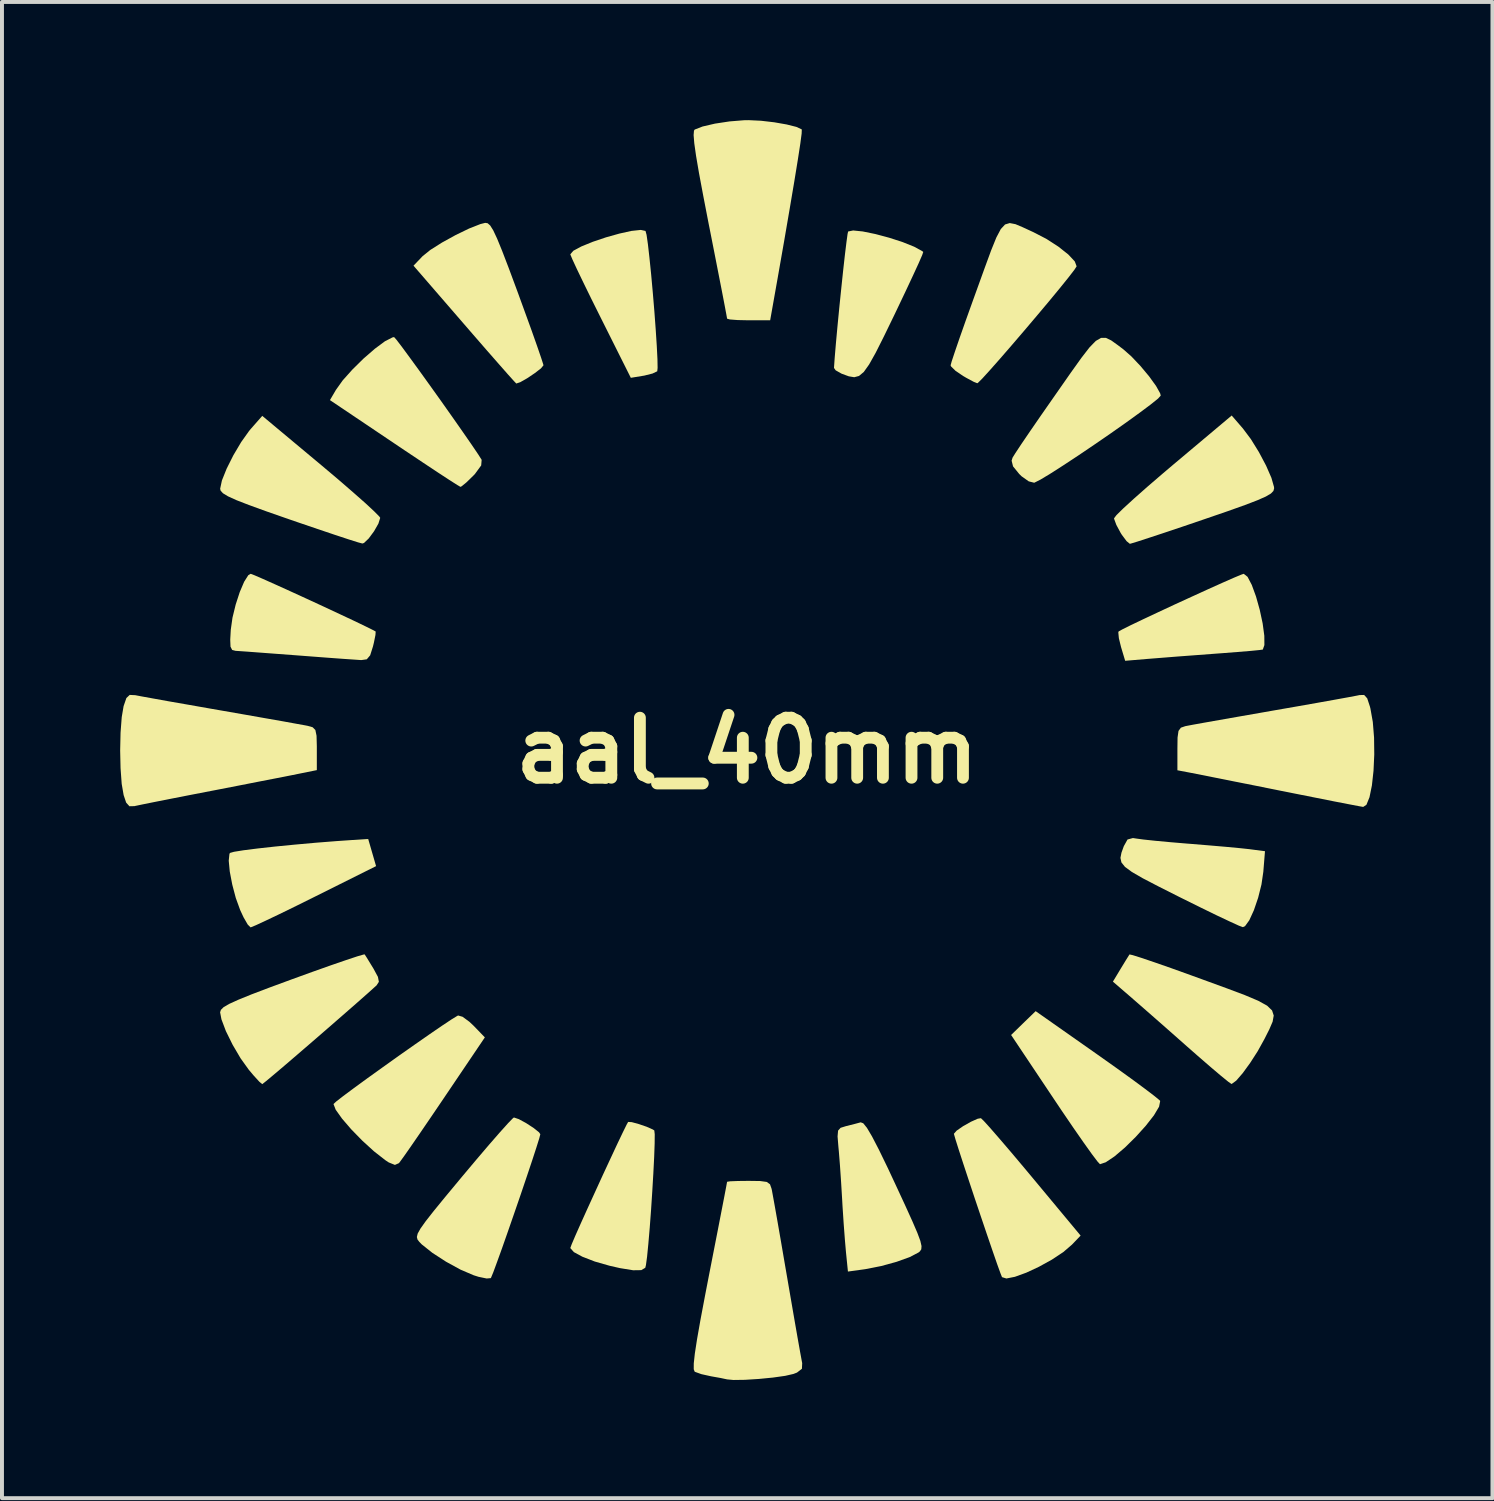
<source format=kicad_pcb>
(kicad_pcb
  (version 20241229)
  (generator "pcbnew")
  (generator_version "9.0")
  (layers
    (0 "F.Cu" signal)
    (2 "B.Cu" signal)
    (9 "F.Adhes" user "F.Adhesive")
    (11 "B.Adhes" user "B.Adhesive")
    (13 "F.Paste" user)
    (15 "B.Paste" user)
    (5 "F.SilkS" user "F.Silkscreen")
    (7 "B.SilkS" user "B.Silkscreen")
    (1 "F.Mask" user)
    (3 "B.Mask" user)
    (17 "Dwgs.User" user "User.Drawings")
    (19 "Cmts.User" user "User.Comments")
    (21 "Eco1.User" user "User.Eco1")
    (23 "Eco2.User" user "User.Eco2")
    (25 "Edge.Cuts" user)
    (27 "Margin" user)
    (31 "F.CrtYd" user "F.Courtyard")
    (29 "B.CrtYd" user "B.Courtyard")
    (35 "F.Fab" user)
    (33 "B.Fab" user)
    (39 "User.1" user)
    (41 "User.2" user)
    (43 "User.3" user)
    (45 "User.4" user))
  (footprint "aal_40mm"
    (layer "F.Cu")
    (at 15.914 16.002)
    (property "Reference" "aal_40mm" (at 0 0 0) (layer "F.SilkS") (effects (font (size 1.524 1.524) (thickness 0.3))))
    (attr board_only exclude_from_pos_files exclude_from_bom)
    (fp_poly (pts (xy 8.89 7.714) (xy 9.342 8.034) (xy 9.746 8.325) (xy 10.08 8.571) (xy 10.326 8.758) (xy 10.463 8.87) (xy 10.485 8.894) (xy 10.457 9.039) (xy 10.326 9.259) (xy 10.118 9.525) (xy 9.864 9.806) (xy 9.591 10.075) (xy 9.328 10.299) (xy 9.103 10.45) (xy 8.957 10.499) (xy 8.894 10.431) (xy 8.751 10.242) (xy 8.543 9.951) (xy 8.283 9.577) (xy 7.986 9.141) (xy 7.797 8.859) (xy 6.701 7.219) (xy 7.012 6.916) (xy 7.324 6.614)) (stroke (width 0) (type solid)) (fill yes) (layer "F.SilkS"))
    (fp_poly (pts (xy -9.418 2.933) (xy -10.975 3.71) (xy -11.447 3.944) (xy -11.869 4.15) (xy -12.217 4.316) (xy -12.467 4.432) (xy -12.595 4.485) (xy -12.605 4.487) (xy -12.676 4.416) (xy -12.782 4.232) (xy -12.868 4.047) (xy -12.979 3.741) (xy -13.069 3.4) (xy -13.132 3.07) (xy -13.158 2.795) (xy -13.14 2.622) (xy -13.126 2.598) (xy -13.024 2.569) (xy -12.781 2.53) (xy -12.425 2.485) (xy -11.982 2.436) (xy -11.481 2.387) (xy -10.948 2.339) (xy -10.413 2.297) (xy -10.037 2.271) (xy -9.618 2.244)) (stroke (width 0) (type solid)) (fill yes) (layer "F.SilkS"))
    (fp_poly (pts (xy -2.579 -13.19) (xy -2.552 -13.09) (xy -2.518 -12.852) (xy -2.479 -12.508) (xy -2.436 -12.088) (xy -2.394 -11.624) (xy -2.354 -11.146) (xy -2.32 -10.685) (xy -2.293 -10.271) (xy -2.276 -9.937) (xy -2.272 -9.712) (xy -2.281 -9.628) (xy -2.4 -9.571) (xy -2.61 -9.518) (xy -2.648 -9.512) (xy -2.952 -9.462) (xy -3.72 -10.996) (xy -3.953 -11.464) (xy -4.157 -11.881) (xy -4.322 -12.224) (xy -4.435 -12.468) (xy -4.486 -12.59) (xy -4.487 -12.598) (xy -4.411 -12.687) (xy -4.208 -12.796) (xy -3.919 -12.914) (xy -3.584 -13.027) (xy -3.242 -13.123) (xy -2.934 -13.191) (xy -2.699 -13.216)) (stroke (width 0) (type solid)) (fill yes) (layer "F.SilkS"))
    (fp_poly (pts (xy -10.81 -7.246) (xy -10.383 -6.886) (xy -10.004 -6.558) (xy -9.69 -6.281) (xy -9.461 -6.068) (xy -9.333 -5.938) (xy -9.313 -5.907) (xy -9.359 -5.761) (xy -9.469 -5.568) (xy -9.604 -5.385) (xy -9.724 -5.27) (xy -9.765 -5.256) (xy -9.871 -5.284) (xy -10.112 -5.36) (xy -10.464 -5.476) (xy -10.902 -5.624) (xy -11.402 -5.794) (xy -11.62 -5.869) (xy -12.204 -6.073) (xy -12.645 -6.233) (xy -12.964 -6.357) (xy -13.177 -6.454) (xy -13.304 -6.531) (xy -13.364 -6.597) (xy -13.376 -6.646) (xy -13.331 -6.857) (xy -13.211 -7.156) (xy -13.04 -7.497) (xy -12.842 -7.831) (xy -12.643 -8.111) (xy -12.599 -8.164) (xy -12.307 -8.496)) (stroke (width 0) (type solid)) (fill yes) (layer "F.SilkS"))
    (fp_poly (pts (xy -8.903 -10.431) (xy -8.765 -10.251) (xy -8.565 -9.979) (xy -8.318 -9.64) (xy -8.042 -9.256) (xy -7.754 -8.853) (xy -7.471 -8.452) (xy -7.21 -8.079) (xy -6.987 -7.757) (xy -6.82 -7.51) (xy -6.738 -7.38) (xy -6.75 -7.238) (xy -6.908 -7.022) (xy -6.95 -6.978) (xy -7.123 -6.809) (xy -7.247 -6.708) (xy -7.277 -6.694) (xy -7.357 -6.741) (xy -7.558 -6.869) (xy -7.859 -7.066) (xy -8.239 -7.318) (xy -8.678 -7.611) (xy -8.956 -7.798) (xy -10.589 -8.896) (xy -10.438 -9.154) (xy -10.265 -9.397) (xy -10.019 -9.672) (xy -9.737 -9.95) (xy -9.45 -10.199) (xy -9.194 -10.389) (xy -9.001 -10.488) (xy -8.961 -10.496)) (stroke (width 0) (type solid)) (fill yes) (layer "F.SilkS"))
    (fp_poly (pts (xy -7.222 6.757) (xy -7.048 6.885) (xy -6.945 6.982) (xy -6.657 7.28) (xy -7.701 8.826) (xy -8.01 9.282) (xy -8.292 9.695) (xy -8.53 10.041) (xy -8.711 10.3) (xy -8.819 10.448) (xy -8.838 10.472) (xy -8.94 10.517) (xy -9.097 10.454) (xy -9.186 10.395) (xy -9.472 10.171) (xy -9.769 9.9) (xy -10.049 9.613) (xy -10.283 9.341) (xy -10.443 9.116) (xy -10.499 8.972) (xy -10.433 8.91) (xy -10.252 8.769) (xy -9.979 8.566) (xy -9.638 8.317) (xy -9.253 8.041) (xy -8.849 7.752) (xy -8.447 7.47) (xy -8.074 7.21) (xy -7.752 6.989) (xy -7.505 6.825) (xy -7.358 6.735) (xy -7.336 6.724)) (stroke (width 0) (type solid)) (fill yes) (layer "F.SilkS"))
    (fp_poly (pts (xy 6.008 9.401) (xy 6.172 9.582) (xy 6.411 9.857) (xy 6.709 10.205) (xy 7.049 10.609) (xy 7.236 10.833) (xy 8.465 12.311) (xy 8.245 12.541) (xy 8.025 12.73) (xy 7.735 12.922) (xy 7.41 13.101) (xy 7.087 13.252) (xy 6.798 13.357) (xy 6.581 13.4) (xy 6.47 13.366) (xy 6.43 13.265) (xy 6.346 13.033) (xy 6.23 12.698) (xy 6.09 12.289) (xy 5.936 11.834) (xy 5.777 11.362) (xy 5.624 10.901) (xy 5.485 10.48) (xy 5.37 10.126) (xy 5.289 9.869) (xy 5.251 9.736) (xy 5.249 9.726) (xy 5.317 9.648) (xy 5.48 9.535) (xy 5.678 9.423) (xy 5.852 9.345) (xy 5.935 9.331)) (stroke (width 0) (type solid)) (fill yes) (layer "F.SilkS"))
    (fp_poly (pts (xy -6.587 -13.386) (xy -6.522 -13.329) (xy -6.444 -13.205) (xy -6.346 -12.996) (xy -6.218 -12.683) (xy -6.051 -12.248) (xy -5.837 -11.672) (xy -5.826 -11.642) (xy -5.637 -11.123) (xy -5.468 -10.657) (xy -5.33 -10.266) (xy -5.23 -9.975) (xy -5.176 -9.808) (xy -5.169 -9.779) (xy -5.232 -9.702) (xy -5.389 -9.581) (xy -5.582 -9.451) (xy -5.758 -9.351) (xy -5.859 -9.317) (xy -5.919 -9.38) (xy -6.074 -9.552) (xy -6.308 -9.818) (xy -6.606 -10.158) (xy -6.951 -10.555) (xy -7.176 -10.815) (xy -8.468 -12.308) (xy -8.235 -12.552) (xy -8.041 -12.708) (xy -7.745 -12.895) (xy -7.4 -13.085) (xy -7.058 -13.251) (xy -6.771 -13.364) (xy -6.648 -13.395)) (stroke (width 0) (type solid)) (fill yes) (layer "F.SilkS"))
    (fp_poly (pts (xy 12.586 -8.174) (xy 12.787 -7.906) (xy 12.99 -7.578) (xy 13.172 -7.235) (xy 13.308 -6.924) (xy 13.374 -6.693) (xy 13.377 -6.654) (xy 13.359 -6.59) (xy 13.296 -6.525) (xy 13.168 -6.449) (xy 12.955 -6.355) (xy 12.64 -6.234) (xy 12.203 -6.078) (xy 11.624 -5.879) (xy 11.577 -5.863) (xy 11.055 -5.685) (xy 10.587 -5.528) (xy 10.196 -5.399) (xy 9.907 -5.305) (xy 9.742 -5.255) (xy 9.714 -5.249) (xy 9.633 -5.315) (xy 9.512 -5.477) (xy 9.482 -5.524) (xy 9.372 -5.729) (xy 9.316 -5.88) (xy 9.314 -5.897) (xy 9.376 -5.978) (xy 9.55 -6.149) (xy 9.819 -6.395) (xy 10.163 -6.699) (xy 10.565 -7.045) (xy 10.807 -7.25) (xy 12.3 -8.505)) (stroke (width 0) (type solid)) (fill yes) (layer "F.SilkS"))
    (fp_poly (pts (xy 12.703 -4.41) (xy 12.81 -4.205) (xy 12.917 -3.912) (xy 13.012 -3.573) (xy 13.086 -3.227) (xy 13.128 -2.915) (xy 13.13 -2.678) (xy 13.09 -2.564) (xy 13.004 -2.552) (xy 12.781 -2.53) (xy 12.449 -2.503) (xy 12.042 -2.471) (xy 11.892 -2.46) (xy 11.403 -2.423) (xy 10.92 -2.387) (xy 10.494 -2.353) (xy 10.179 -2.328) (xy 10.153 -2.326) (xy 9.596 -2.279) (xy 9.491 -2.629) (xy 9.436 -2.853) (xy 9.422 -3) (xy 9.43 -3.024) (xy 9.522 -3.075) (xy 9.738 -3.183) (xy 10.052 -3.333) (xy 10.433 -3.512) (xy 10.853 -3.708) (xy 11.285 -3.906) (xy 11.699 -4.095) (xy 12.066 -4.26) (xy 12.359 -4.389) (xy 12.549 -4.468) (xy 12.606 -4.487)) (stroke (width 0) (type solid)) (fill yes) (layer "F.SilkS"))
    (fp_poly (pts (xy 2.935 -13.177) (xy 3.253 -13.112) (xy 3.605 -13.018) (xy 3.948 -12.907) (xy 4.242 -12.789) (xy 4.446 -12.677) (xy 4.471 -12.657) (xy 4.444 -12.577) (xy 4.353 -12.368) (xy 4.208 -12.053) (xy 4.021 -11.654) (xy 3.802 -11.194) (xy 3.737 -11.058) (xy 3.47 -10.508) (xy 3.262 -10.095) (xy 3.097 -9.801) (xy 2.962 -9.611) (xy 2.84 -9.509) (xy 2.719 -9.477) (xy 2.581 -9.5) (xy 2.414 -9.561) (xy 2.392 -9.57) (xy 2.247 -9.653) (xy 2.205 -9.713) (xy 2.224 -9.981) (xy 2.255 -10.348) (xy 2.295 -10.782) (xy 2.341 -11.254) (xy 2.39 -11.733) (xy 2.438 -12.188) (xy 2.483 -12.591) (xy 2.522 -12.909) (xy 2.55 -13.114) (xy 2.564 -13.176) (xy 2.692 -13.202)) (stroke (width 0) (type solid)) (fill yes) (layer "F.SilkS"))
    (fp_poly (pts (xy -2.929 9.431) (xy -2.749 9.48) (xy -2.548 9.549) (xy -2.393 9.618) (xy -2.356 9.642) (xy -2.345 9.738) (xy -2.347 9.971) (xy -2.359 10.311) (xy -2.38 10.726) (xy -2.407 11.185) (xy -2.438 11.658) (xy -2.472 12.113) (xy -2.507 12.519) (xy -2.539 12.845) (xy -2.568 13.059) (xy -2.585 13.128) (xy -2.686 13.188) (xy -2.893 13.191) (xy -3.226 13.137) (xy -3.493 13.076) (xy -3.867 12.969) (xy -4.18 12.848) (xy -4.398 12.73) (xy -4.487 12.629) (xy -4.487 12.623) (xy -4.453 12.531) (xy -4.361 12.315) (xy -4.222 12.002) (xy -4.05 11.621) (xy -3.858 11.201) (xy -3.66 10.768) (xy -3.467 10.353) (xy -3.294 9.982) (xy -3.152 9.685) (xy -3.056 9.49) (xy -3.02 9.426)) (stroke (width 0) (type solid)) (fill yes) (layer "F.SilkS"))
    (fp_poly (pts (xy 2.948 9.46) (xy 3.041 9.575) (xy 3.17 9.793) (xy 3.344 10.128) (xy 3.571 10.596) (xy 3.764 11.009) (xy 4.013 11.546) (xy 4.196 11.95) (xy 4.322 12.243) (xy 4.397 12.445) (xy 4.427 12.577) (xy 4.421 12.659) (xy 4.385 12.712) (xy 4.352 12.739) (xy 4.131 12.855) (xy 3.796 12.976) (xy 3.403 13.084) (xy 3.006 13.162) (xy 2.951 13.17) (xy 2.559 13.224) (xy 2.509 12.729) (xy 2.482 12.418) (xy 2.451 12.008) (xy 2.422 11.568) (xy 2.412 11.388) (xy 2.386 10.96) (xy 2.357 10.535) (xy 2.329 10.181) (xy 2.318 10.065) (xy 2.296 9.795) (xy 2.309 9.646) (xy 2.373 9.575) (xy 2.505 9.534) (xy 2.512 9.532) (xy 2.735 9.476) (xy 2.883 9.436)) (stroke (width 0) (type solid)) (fill yes) (layer "F.SilkS"))
    (fp_poly (pts (xy 9.885 2.234) (xy 10.055 2.257) (xy 10.354 2.289) (xy 10.742 2.325) (xy 11.181 2.362) (xy 11.261 2.368) (xy 11.72 2.406) (xy 12.153 2.443) (xy 12.513 2.477) (xy 12.756 2.503) (xy 12.775 2.506) (xy 13.145 2.554) (xy 13.103 3.076) (xy 13.056 3.398) (xy 12.971 3.737) (xy 12.863 4.053) (xy 12.747 4.307) (xy 12.638 4.457) (xy 12.584 4.482) (xy 12.482 4.444) (xy 12.254 4.34) (xy 11.923 4.184) (xy 11.515 3.985) (xy 11.053 3.756) (xy 10.964 3.712) (xy 10.437 3.446) (xy 10.043 3.241) (xy 9.768 3.082) (xy 9.592 2.953) (xy 9.501 2.839) (xy 9.476 2.724) (xy 9.502 2.592) (xy 9.561 2.428) (xy 9.564 2.422) (xy 9.656 2.257) (xy 9.793 2.22)) (stroke (width 0) (type solid)) (fill yes) (layer "F.SilkS"))
    (fp_poly (pts (xy 9.79 5.193) (xy 10.009 5.262) (xy 10.342 5.375) (xy 10.766 5.523) (xy 11.258 5.7) (xy 11.555 5.808) (xy 12.166 6.031) (xy 12.634 6.207) (xy 12.973 6.35) (xy 13.199 6.475) (xy 13.325 6.596) (xy 13.367 6.726) (xy 13.339 6.881) (xy 13.256 7.074) (xy 13.132 7.32) (xy 13.126 7.331) (xy 12.96 7.631) (xy 12.768 7.929) (xy 12.578 8.19) (xy 12.414 8.379) (xy 12.303 8.46) (xy 12.292 8.461) (xy 12.212 8.405) (xy 12.029 8.256) (xy 11.763 8.031) (xy 11.438 7.749) (xy 11.176 7.519) (xy 10.785 7.173) (xy 10.403 6.837) (xy 10.064 6.54) (xy 9.8 6.31) (xy 9.701 6.224) (xy 9.285 5.865) (xy 9.483 5.536) (xy 9.607 5.332) (xy 9.691 5.198) (xy 9.707 5.174)) (stroke (width 0) (type solid)) (fill yes) (layer "F.SilkS"))
    (fp_poly (pts (xy -12.511 -4.453) (xy -12.296 -4.36) (xy -11.985 -4.221) (xy -11.605 -4.049) (xy -11.186 -3.857) (xy -10.755 -3.658) (xy -10.342 -3.465) (xy -9.974 -3.292) (xy -9.681 -3.151) (xy -9.489 -3.056) (xy -9.428 -3.022) (xy -9.434 -2.935) (xy -9.473 -2.741) (xy -9.497 -2.643) (xy -9.568 -2.418) (xy -9.654 -2.317) (xy -9.793 -2.297) (xy -9.81 -2.298) (xy -9.968 -2.309) (xy -10.261 -2.329) (xy -10.655 -2.358) (xy -11.115 -2.393) (xy -11.43 -2.417) (xy -11.909 -2.453) (xy -12.337 -2.485) (xy -12.682 -2.511) (xy -12.912 -2.527) (xy -12.985 -2.532) (xy -13.071 -2.554) (xy -13.113 -2.637) (xy -13.12 -2.817) (xy -13.106 -3.069) (xy -13.063 -3.373) (xy -12.982 -3.705) (xy -12.879 -4.022) (xy -12.767 -4.285) (xy -12.662 -4.451) (xy -12.602 -4.487)) (stroke (width 0) (type solid)) (fill yes) (layer "F.SilkS"))
    (fp_poly (pts (xy 0.352 -15.987) (xy 0.688 -15.948) (xy 1.003 -15.893) (xy 1.25 -15.831) (xy 1.382 -15.77) (xy 1.388 -15.762) (xy 1.384 -15.662) (xy 1.35 -15.404) (xy 1.287 -14.995) (xy 1.197 -14.443) (xy 1.081 -13.755) (xy 0.941 -12.939) (xy 0.777 -12.004) (xy 0.634 -11.197) (xy 0.585 -10.922) (xy 0.038 -10.922) (xy -0.241 -10.928) (xy -0.438 -10.943) (xy -0.508 -10.963) (xy -0.524 -11.053) (xy -0.568 -11.288) (xy -0.637 -11.647) (xy -0.727 -12.107) (xy -0.833 -12.648) (xy -0.951 -13.247) (xy -0.972 -13.351) (xy -1.113 -14.08) (xy -1.221 -14.657) (xy -1.296 -15.097) (xy -1.341 -15.414) (xy -1.358 -15.622) (xy -1.349 -15.734) (xy -1.331 -15.763) (xy -1.13 -15.841) (xy -0.816 -15.914) (xy -0.447 -15.97) (xy -0.079 -16) (xy 0.042 -16.002)) (stroke (width 0) (type solid)) (fill yes) (layer "F.SilkS"))
    (fp_poly (pts (xy -9.652 5.26) (xy -9.542 5.44) (xy -9.486 5.531) (xy -9.371 5.744) (xy -9.347 5.87) (xy -9.406 5.961) (xy -9.408 5.962) (xy -9.635 6.166) (xy -9.933 6.429) (xy -10.282 6.734) (xy -10.659 7.062) (xy -11.042 7.394) (xy -11.411 7.712) (xy -11.743 7.997) (xy -12.017 8.229) (xy -12.211 8.391) (xy -12.304 8.464) (xy -12.308 8.467) (xy -12.38 8.407) (xy -12.522 8.252) (xy -12.648 8.103) (xy -12.858 7.81) (xy -13.06 7.466) (xy -13.23 7.121) (xy -13.343 6.822) (xy -13.377 6.644) (xy -13.357 6.581) (xy -13.287 6.512) (xy -13.146 6.43) (xy -12.918 6.326) (xy -12.584 6.19) (xy -12.126 6.016) (xy -11.556 5.806) (xy -11.035 5.617) (xy -10.57 5.452) (xy -10.184 5.319) (xy -9.898 5.224) (xy -9.736 5.177) (xy -9.708 5.173)) (stroke (width 0) (type solid)) (fill yes) (layer "F.SilkS"))
    (fp_poly (pts (xy 6.811 -13.362) (xy 6.996 -13.284) (xy 7.236 -13.173) (xy 7.258 -13.163) (xy 7.59 -12.992) (xy 7.899 -12.793) (xy 8.153 -12.592) (xy 8.318 -12.415) (xy 8.364 -12.292) (xy 8.306 -12.202) (xy 8.156 -12.008) (xy 7.935 -11.734) (xy 7.661 -11.402) (xy 7.352 -11.034) (xy 7.029 -10.653) (xy 6.71 -10.281) (xy 6.415 -9.941) (xy 6.162 -9.655) (xy 5.971 -9.445) (xy 5.86 -9.335) (xy 5.842 -9.324) (xy 5.75 -9.361) (xy 5.568 -9.459) (xy 5.483 -9.508) (xy 5.289 -9.64) (xy 5.177 -9.751) (xy 5.165 -9.779) (xy 5.193 -9.88) (xy 5.271 -10.116) (xy 5.39 -10.463) (xy 5.543 -10.898) (xy 5.722 -11.397) (xy 5.818 -11.663) (xy 6.031 -12.253) (xy 6.196 -12.702) (xy 6.327 -13.025) (xy 6.439 -13.237) (xy 6.547 -13.354) (xy 6.666 -13.39)) (stroke (width 0) (type solid)) (fill yes) (layer "F.SilkS"))
    (fp_poly (pts (xy 9.241 -10.412) (xy 9.403 -10.296) (xy 9.55 -10.185) (xy 9.755 -10.004) (xy 9.984 -9.762) (xy 10.203 -9.5) (xy 10.38 -9.255) (xy 10.484 -9.069) (xy 10.499 -9.011) (xy 10.432 -8.936) (xy 10.247 -8.787) (xy 9.969 -8.579) (xy 9.622 -8.328) (xy 9.23 -8.052) (xy 8.817 -7.768) (xy 8.409 -7.492) (xy 8.028 -7.241) (xy 7.7 -7.031) (xy 7.448 -6.879) (xy 7.298 -6.803) (xy 7.285 -6.799) (xy 7.148 -6.834) (xy 6.966 -6.963) (xy 6.907 -7.021) (xy 6.75 -7.214) (xy 6.714 -7.359) (xy 6.738 -7.436) (xy 6.809 -7.55) (xy 6.961 -7.78) (xy 7.18 -8.102) (xy 7.45 -8.494) (xy 7.756 -8.933) (xy 7.863 -9.086) (xy 8.214 -9.589) (xy 8.484 -9.967) (xy 8.69 -10.233) (xy 8.85 -10.398) (xy 8.983 -10.475) (xy 9.107 -10.476)) (stroke (width 0) (type solid)) (fill yes) (layer "F.SilkS"))
    (fp_poly (pts (xy -5.795 9.355) (xy -5.609 9.456) (xy -5.419 9.58) (xy -5.282 9.689) (xy -5.249 9.738) (xy -5.276 9.842) (xy -5.349 10.076) (xy -5.459 10.413) (xy -5.596 10.822) (xy -5.75 11.277) (xy -5.913 11.75) (xy -6.073 12.211) (xy -6.221 12.633) (xy -6.349 12.987) (xy -6.444 13.245) (xy -6.5 13.38) (xy -6.507 13.391) (xy -6.612 13.4) (xy -6.818 13.357) (xy -6.941 13.318) (xy -7.273 13.176) (xy -7.642 12.974) (xy -7.989 12.749) (xy -8.257 12.536) (xy -8.321 12.47) (xy -8.366 12.412) (xy -8.383 12.347) (xy -8.362 12.26) (xy -8.29 12.131) (xy -8.157 11.944) (xy -7.951 11.682) (xy -7.66 11.326) (xy -7.273 10.86) (xy -7.229 10.807) (xy -6.871 10.381) (xy -6.548 10.002) (xy -6.275 9.689) (xy -6.069 9.46) (xy -5.946 9.333) (xy -5.919 9.313)) (stroke (width 0) (type solid)) (fill yes) (layer "F.SilkS"))
    (fp_poly (pts (xy 15.74 -1.326) (xy 15.809 -1.116) (xy 15.821 -1.069) (xy 15.882 -0.726) (xy 15.914 -0.327) (xy 15.919 0.097) (xy 15.9 0.512) (xy 15.859 0.885) (xy 15.798 1.184) (xy 15.72 1.376) (xy 15.638 1.43) (xy 15.53 1.411) (xy 15.279 1.363) (xy 14.911 1.292) (xy 14.449 1.2) (xy 13.916 1.094) (xy 13.504 1.012) (xy 12.924 0.895) (xy 12.385 0.788) (xy 11.915 0.694) (xy 11.539 0.619) (xy 11.285 0.569) (xy 11.197 0.552) (xy 10.922 0.5) (xy 10.922 -0.039) (xy 10.926 -0.333) (xy 10.95 -0.499) (xy 11.01 -0.581) (xy 11.123 -0.62) (xy 11.155 -0.626) (xy 11.302 -0.654) (xy 11.59 -0.706) (xy 11.992 -0.777) (xy 12.481 -0.863) (xy 13.03 -0.959) (xy 13.377 -1.02) (xy 13.946 -1.119) (xy 14.467 -1.211) (xy 14.914 -1.291) (xy 15.261 -1.354) (xy 15.483 -1.396) (xy 15.546 -1.409) (xy 15.662 -1.412)) (stroke (width 0) (type solid)) (fill yes) (layer "F.SilkS"))
    (fp_poly (pts (xy -15.528 -1.406) (xy -15.51 -1.402) (xy -15.363 -1.374) (xy -15.076 -1.322) (xy -14.677 -1.25) (xy -14.19 -1.165) (xy -13.645 -1.069) (xy -13.335 -1.015) (xy -12.768 -0.916) (xy -12.246 -0.824) (xy -11.795 -0.745) (xy -11.443 -0.681) (xy -11.216 -0.64) (xy -11.155 -0.628) (xy -11.028 -0.592) (xy -10.959 -0.522) (xy -10.929 -0.376) (xy -10.922 -0.111) (xy -10.922 -0.042) (xy -10.922 0.496) (xy -11.367 0.586) (xy -11.585 0.63) (xy -11.936 0.699) (xy -12.389 0.787) (xy -12.909 0.889) (xy -13.464 0.997) (xy -13.589 1.021) (xy -14.127 1.125) (xy -14.617 1.221) (xy -15.032 1.303) (xy -15.344 1.366) (xy -15.526 1.404) (xy -15.551 1.41) (xy -15.679 1.413) (xy -15.762 1.32) (xy -15.826 1.129) (xy -15.875 0.845) (xy -15.904 0.448) (xy -15.914 -0.004) (xy -15.904 -0.456) (xy -15.874 -0.85) (xy -15.827 -1.127) (xy -15.756 -1.334) (xy -15.672 -1.413)) (stroke (width 0) (type solid)) (fill yes) (layer "F.SilkS"))
    (fp_poly (pts (xy 0.33 10.926) (xy 0.498 10.949) (xy 0.581 11.009) (xy 0.62 11.12) (xy 0.628 11.155) (xy 0.655 11.302) (xy 0.707 11.59) (xy 0.778 11.992) (xy 0.863 12.481) (xy 0.957 13.03) (xy 1.017 13.377) (xy 1.115 13.947) (xy 1.205 14.468) (xy 1.283 14.915) (xy 1.345 15.263) (xy 1.386 15.486) (xy 1.398 15.549) (xy 1.391 15.692) (xy 1.266 15.788) (xy 1.176 15.823) (xy 0.966 15.871) (xy 0.654 15.915) (xy 0.295 15.95) (xy -0.057 15.972) (xy -0.347 15.976) (xy -0.508 15.961) (xy -0.676 15.925) (xy -0.912 15.883) (xy -0.931 15.879) (xy -1.161 15.828) (xy -1.322 15.77) (xy -1.331 15.765) (xy -1.355 15.703) (xy -1.354 15.555) (xy -1.327 15.306) (xy -1.271 14.942) (xy -1.184 14.449) (xy -1.064 13.814) (xy -0.971 13.333) (xy -0.852 12.724) (xy -0.744 12.172) (xy -0.652 11.697) (xy -0.579 11.321) (xy -0.53 11.064) (xy -0.509 10.949) (xy -0.508 10.945) (xy -0.431 10.933) (xy -0.229 10.925) (xy 0.036 10.922)) (stroke (width 0) (type solid)) (fill yes) (layer "F.SilkS")))
  (gr_rect
    (start -3 -3)
    (end 34.833 34.978)
    (stroke (width 0.1) (type default))
    (fill no)
    (layer "Edge.Cuts")))
</source>
